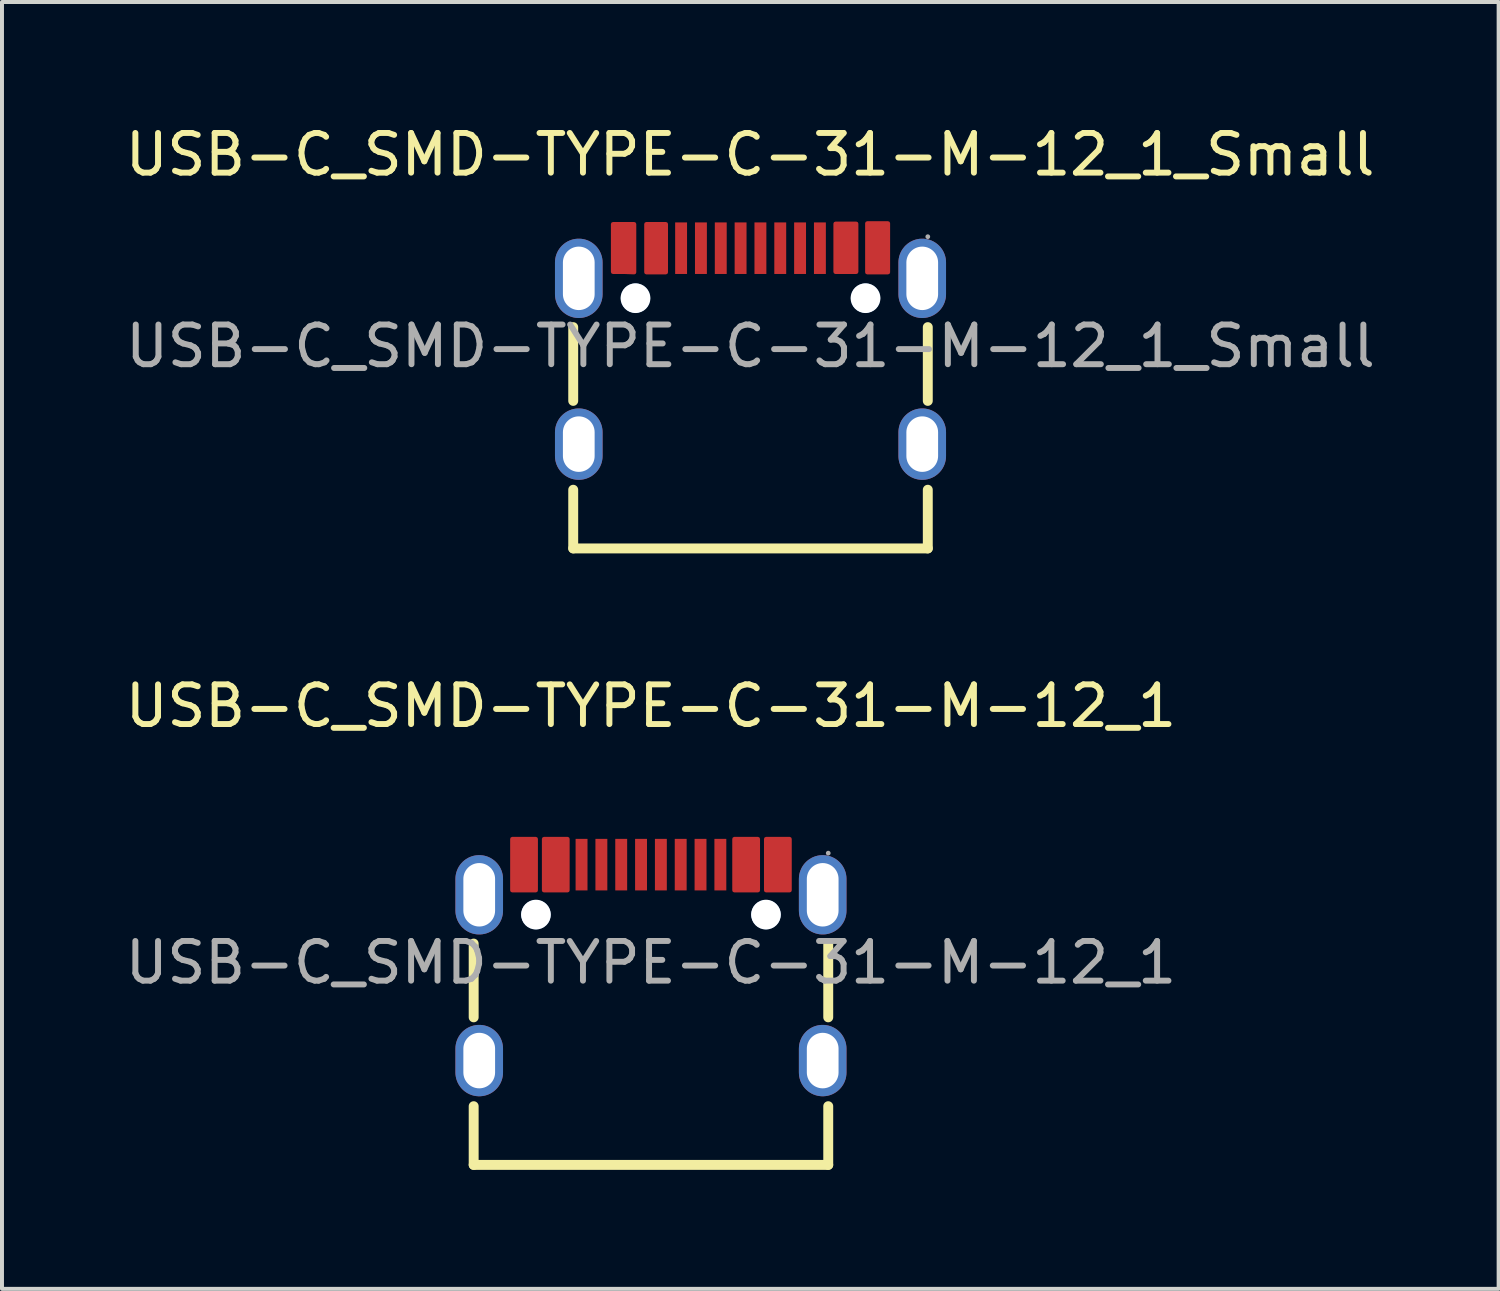
<source format=kicad_pcb>
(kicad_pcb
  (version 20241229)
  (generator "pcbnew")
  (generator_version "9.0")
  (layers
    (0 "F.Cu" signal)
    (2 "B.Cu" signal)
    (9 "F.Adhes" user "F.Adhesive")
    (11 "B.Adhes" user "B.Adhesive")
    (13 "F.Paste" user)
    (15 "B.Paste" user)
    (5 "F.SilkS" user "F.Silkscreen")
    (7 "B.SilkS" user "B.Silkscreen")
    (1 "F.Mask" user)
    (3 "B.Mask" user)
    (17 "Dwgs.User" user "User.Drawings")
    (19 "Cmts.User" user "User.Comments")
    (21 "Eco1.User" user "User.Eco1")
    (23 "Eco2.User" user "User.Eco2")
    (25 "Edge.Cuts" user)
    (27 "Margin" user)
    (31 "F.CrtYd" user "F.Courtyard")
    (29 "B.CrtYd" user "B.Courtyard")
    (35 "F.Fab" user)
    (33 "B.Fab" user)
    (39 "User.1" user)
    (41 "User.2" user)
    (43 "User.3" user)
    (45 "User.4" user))
  (footprint "USB-C_SMD-TYPE-C-31-M-12_1_Small"
    (layer "F.Cu")
    (at 15.873 5.678)
    (property "Reference" "USB-C_SMD-TYPE-C-31-M-12_1_Small" (at -0.01 -4.83 0) (layer "F.SilkS") (effects (font (size 1 1) (thickness 0.15))))
    (attr smd)
    (fp_line (start -4.47 1.38) (end -4.47 -0.48) (stroke (width 0.25) (type solid)) (layer "F.SilkS"))
    (fp_line (start -4.47 5.1) (end -4.47 3.62) (stroke (width 0.25) (type solid)) (layer "F.SilkS"))
    (fp_line (start 4.47 1.38) (end 4.47 -0.48) (stroke (width 0.25) (type solid)) (layer "F.SilkS"))
    (fp_line (start 4.47 5.1) (end -4.47 5.1) (stroke (width 0.25) (type solid)) (layer "F.SilkS"))
    (fp_line (start 4.47 5.1) (end 4.47 3.62) (stroke (width 0.25) (type solid)) (layer "F.SilkS"))
    (fp_circle (center -2.9 -1.21) (end -2.78 -1.21) (stroke (width 0.25) (type solid)) (fill no) (layer "Cmts.User"))
    (fp_circle (center 2.9 -1.21) (end 3.02 -1.21) (stroke (width 0.25) (type solid)) (fill no) (layer "Cmts.User"))
    (fp_circle (center 4.47 -2.76) (end 4.5 -2.76) (stroke (width 0.06) (type solid)) (fill no) (layer "F.Fab"))
    (fp_text user "${REFERENCE}" (at 0 0 0) (layer "F.Fab") (effects (font (size 1 1) (thickness 0.15))))
    (pad "" np_thru_hole circle (at -2.9 -1.21) (size 0.75 0.75) (drill 0.75) (layers "*.Cu" "*.Mask"))
    (pad "" np_thru_hole circle (at 2.9 -1.21) (size 0.75 0.75) (drill 0.75) (layers "*.Cu" "*.Mask"))
    (pad "1" thru_hole oval (at 4.33 -1.71) (size 1.2 2) (drill oval 0.8 1.6) (layers "*.Cu" "*.Mask"))
    (pad "2" thru_hole oval (at 4.33 2.47) (size 1.2 1.8) (drill oval 0.8 1.4) (layers "*.Cu" "*.Mask"))
    (pad "3" thru_hole oval (at -4.33 2.47) (size 1.2 1.8) (drill oval 0.8 1.4) (layers "*.Cu" "*.Mask"))
    (pad "4" thru_hole oval (at -4.33 -1.71) (size 1.2 2) (drill oval 0.8 1.6) (layers "*.Cu" "*.Mask"))
    (pad "A1B12" smd custom (at -3.2 -2.47) (size 0.01 0.01) (layers "F.Cu" "F.Mask" "F.Paste") (options (anchor circle)) (primitives (gr_poly (pts (xy 0.27 0.49) (xy 0.27 -0.61) (xy 0.02 -0.61) (xy -0.27 -0.61) (xy -0.27 0.6) (xy 0.01 0.6) (xy 0.27 0.61)) (width 0.1) (fill yes))))
    (pad "A4B9" smd custom (at -2.4 -2.47) (size 0.01 0.01) (layers "F.Cu" "F.Mask" "F.Paste") (options (anchor circle)) (primitives (gr_poly (pts (xy 0.27 0.61) (xy 0.27 -0.61) (xy 0.01 -0.61) (xy -0.23 -0.61) (xy -0.23 0.61) (xy 0.01 0.61) (xy 0.27 0.61)) (width 0.1) (fill yes))))
    (pad "A5" smd rect (at -1.25 -2.47) (size 0.3 1.3) (layers "F.Cu" "F.Mask" "F.Paste"))
    (pad "A6" smd rect (at -0.25 -2.47) (size 0.3 1.3) (layers "F.Cu" "F.Mask" "F.Paste"))
    (pad "A7" smd rect (at 0.25 -2.47) (size 0.3 1.3) (layers "F.Cu" "F.Mask" "F.Paste"))
    (pad "A8" smd rect (at 1.25 -2.47) (size 0.3 1.3) (layers "F.Cu" "F.Mask" "F.Paste"))
    (pad "B1A12" smd custom (at 3.2 -2.47) (size 0.01 0.01) (layers "F.Cu" "F.Mask" "F.Paste") (options (anchor circle)) (primitives (gr_poly (pts (xy -0.26 -0.59) (xy -0.26 0.61) (xy -0.01 0.61) (xy 0 0.61) (xy 0.27 0.61) (xy 0.27 -0.63) (xy 0 -0.63) (xy -0.01 -0.63) (xy -0.26 -0.63)) (width 0.1) (fill yes))))
    (pad "B4A9" smd custom (at 2.4 -2.47) (size 0.01 0.01) (layers "F.Cu" "F.Mask" "F.Paste") (options (anchor circle)) (primitives (gr_poly (pts (xy 0.27 0.6) (xy 0.27 -0.62) (xy 0 -0.62) (xy -0.26 -0.62) (xy -0.26 0.6) (xy 0 0.6) (xy 0.24 0.6)) (width 0.1) (fill yes))))
    (pad "B5" smd rect (at 1.75 -2.47) (size 0.3 1.3) (layers "F.Cu" "F.Mask" "F.Paste"))
    (pad "B6" smd rect (at 0.75 -2.47) (size 0.3 1.3) (layers "F.Cu" "F.Mask" "F.Paste"))
    (pad "B7" smd rect (at -0.75 -2.47) (size 0.3 1.3) (layers "F.Cu" "F.Mask" "F.Paste"))
    (pad "B8" smd rect (at -1.75 -2.47) (size 0.3 1.3) (layers "F.Cu" "F.Mask" "F.Paste")))
  (footprint "USB-C_SMD-TYPE-C-31-M-12_1"
    (layer "F.Cu")
    (at 13.363 21.221)
    (property "Reference" "USB-C_SMD-TYPE-C-31-M-12_1" (at 0 -6.47 0) (layer "F.SilkS") (effects (font (size 1 1) (thickness 0.15))))
    (attr smd)
    (fp_line (start -4.47 1.38) (end -4.47 -0.48) (stroke (width 0.25) (type solid)) (layer "F.SilkS"))
    (fp_line (start -4.47 5.1) (end -4.47 3.62) (stroke (width 0.25) (type solid)) (layer "F.SilkS"))
    (fp_line (start 4.47 1.38) (end 4.47 -0.48) (stroke (width 0.25) (type solid)) (layer "F.SilkS"))
    (fp_line (start 4.47 5.1) (end -4.47 5.1) (stroke (width 0.25) (type solid)) (layer "F.SilkS"))
    (fp_line (start 4.47 5.1) (end 4.47 3.62) (stroke (width 0.25) (type solid)) (layer "F.SilkS"))
    (fp_circle (center -2.9 -1.21) (end -2.78 -1.21) (stroke (width 0.25) (type solid)) (fill no) (layer "Cmts.User"))
    (fp_circle (center 2.9 -1.21) (end 3.02 -1.21) (stroke (width 0.25) (type solid)) (fill no) (layer "Cmts.User"))
    (fp_circle (center 4.47 -2.76) (end 4.5 -2.76) (stroke (width 0.06) (type solid)) (fill no) (layer "F.Fab"))
    (fp_text user "${REFERENCE}" (at 0 0 0) (layer "F.Fab") (effects (font (size 1 1) (thickness 0.15))))
    (pad "" np_thru_hole circle (at -2.9 -1.21) (size 0.75 0.75) (drill 0.75) (layers "*.Cu" "*.Mask"))
    (pad "" np_thru_hole circle (at 2.9 -1.21) (size 0.75 0.75) (drill 0.75) (layers "*.Cu" "*.Mask"))
    (pad "1" thru_hole oval (at 4.33 -1.71) (size 1.2 2) (drill oval 0.8 1.6) (layers "*.Cu" "*.Mask"))
    (pad "2" thru_hole oval (at 4.33 2.47) (size 1.2 1.8) (drill oval 0.8 1.4) (layers "*.Cu" "*.Mask"))
    (pad "3" thru_hole oval (at -4.33 2.47) (size 1.2 1.8) (drill oval 0.8 1.4) (layers "*.Cu" "*.Mask"))
    (pad "4" thru_hole oval (at -4.33 -1.71) (size 1.2 2) (drill oval 0.8 1.6) (layers "*.Cu" "*.Mask"))
    (pad "A1B12" smd custom (at -3.2 -2.47) (size 0.01 0.01) (layers "F.Cu" "F.Mask" "F.Paste") (options (anchor circle)) (primitives (gr_poly (pts (xy 0.3 0.65) (xy 0.3 -0.65) (xy 0 -0.65) (xy -0.3 -0.65) (xy -0.3 0.65) (xy 0 0.65) (xy 0.3 0.65)) (width 0.1) (fill yes))))
    (pad "A4B9" smd custom (at -2.4 -2.47) (size 0.01 0.01) (layers "F.Cu" "F.Mask" "F.Paste") (options (anchor circle)) (primitives (gr_poly (pts (xy 0.3 0.65) (xy 0.3 -0.65) (xy 0 -0.65) (xy -0.3 -0.65) (xy -0.3 0.65) (xy 0 0.65) (xy 0.3 0.65)) (width 0.1) (fill yes))))
    (pad "A5" smd rect (at -1.25 -2.47) (size 0.3 1.3) (layers "F.Cu" "F.Mask" "F.Paste"))
    (pad "A6" smd rect (at -0.25 -2.47) (size 0.3 1.3) (layers "F.Cu" "F.Mask" "F.Paste"))
    (pad "A7" smd rect (at 0.25 -2.47) (size 0.3 1.3) (layers "F.Cu" "F.Mask" "F.Paste"))
    (pad "A8" smd rect (at 1.25 -2.47) (size 0.3 1.3) (layers "F.Cu" "F.Mask" "F.Paste"))
    (pad "B1A12" smd custom (at 3.2 -2.47) (size 0.01 0.01) (layers "F.Cu" "F.Mask" "F.Paste") (options (anchor circle)) (primitives (gr_poly (pts (xy -0.3 -0.65) (xy -0.3 0.65) (xy -0.01 0.65) (xy 0 0.65) (xy 0.3 0.65) (xy 0.3 -0.65) (xy 0 -0.65) (xy -0.01 -0.65) (xy -0.3 -0.65)) (width 0.1) (fill yes))))
    (pad "B4A9" smd custom (at 2.4 -2.47) (size 0.01 0.01) (layers "F.Cu" "F.Mask" "F.Paste") (options (anchor circle)) (primitives (gr_poly (pts (xy 0.3 0.65) (xy 0.3 -0.65) (xy 0 -0.65) (xy -0.3 -0.65) (xy -0.3 0.65) (xy 0 0.65) (xy 0.3 0.65)) (width 0.1) (fill yes))))
    (pad "B5" smd rect (at 1.75 -2.47) (size 0.3 1.3) (layers "F.Cu" "F.Mask" "F.Paste"))
    (pad "B6" smd rect (at 0.75 -2.47) (size 0.3 1.3) (layers "F.Cu" "F.Mask" "F.Paste"))
    (pad "B7" smd rect (at -0.75 -2.47) (size 0.3 1.3) (layers "F.Cu" "F.Mask" "F.Paste"))
    (pad "B8" smd rect (at -1.75 -2.47) (size 0.3 1.3) (layers "F.Cu" "F.Mask" "F.Paste")))
  (gr_rect
    (start -3 -3)
    (end 34.736 29.447)
    (stroke (width 0.1) (type default))
    (fill no)
    (layer "Edge.Cuts")))
</source>
